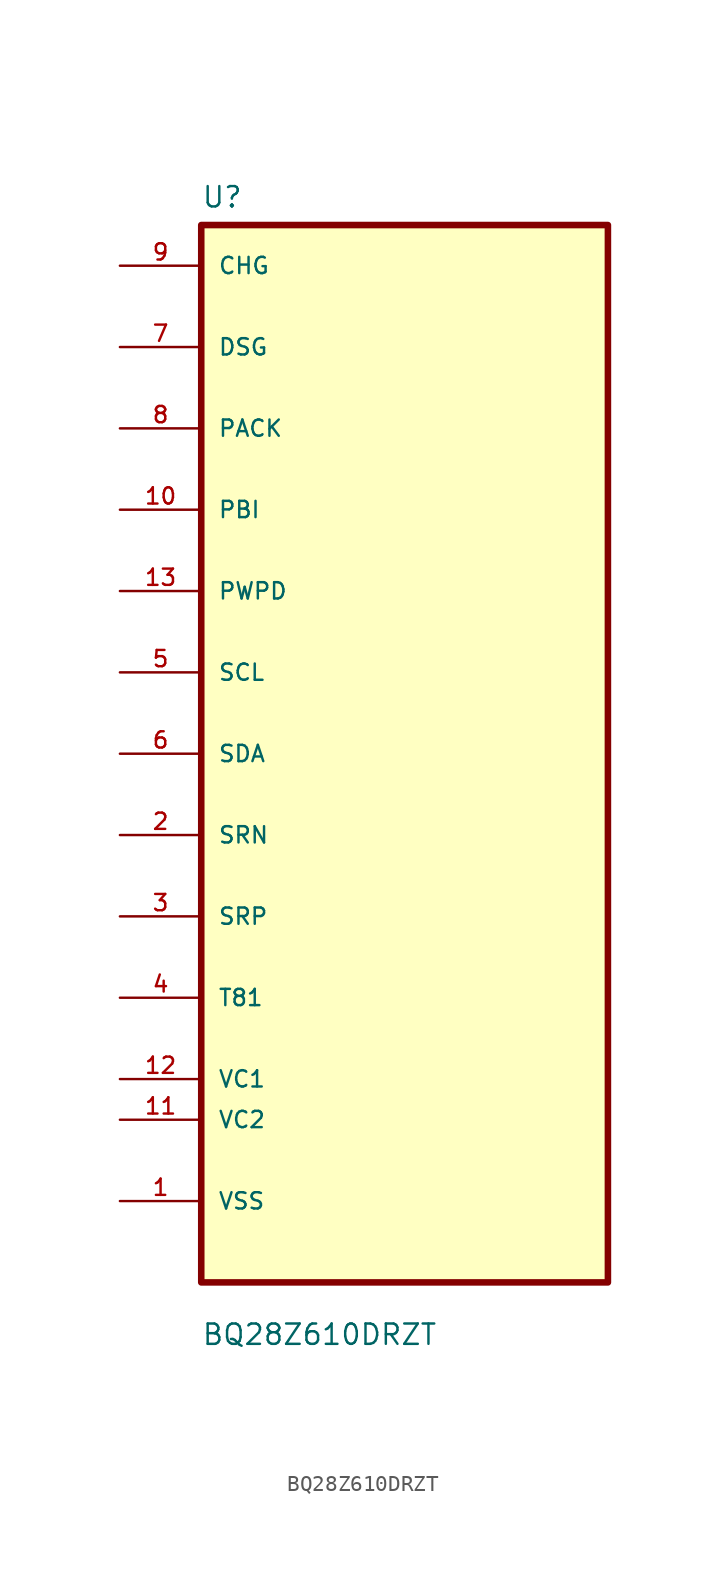
<source format=kicad_sym>
(kicad_symbol_lib
  (version 20211014)
  (generator kicad_symbol_editor)
  (symbol "BQ28Z610DRZT"
    (pin_names
      (offset 1.016))
    (property "Reference" "U"
      (at -12.7 34.02 0.0)
      (effects (font (size 1.27 1.27)) (justify bottom left)))
    (property "Value" "BQ28Z610DRZT"
      (at -12.7 -37.02 0.0)
      (effects (font (size 1.27 1.27)) (justify bottom left)))
    (symbol "BQ28Z610DRZT_0_0"
      (rectangle (start -12.7 -33.02) (end 12.7 33.02) (stroke (width 0.41)) (fill (type background)))
      (pin bidirectional line (at -17.78 30.48 0) (length 5.08) (name "CHG" (effects (font (size 1.016 1.016)))) (number "9" (effects (font (size 1.016 1.016)))))
      (pin bidirectional line (at -17.78 25.4 0) (length 5.08) (name "DSG" (effects (font (size 1.016 1.016)))) (number "7" (effects (font (size 1.016 1.016)))))
      (pin bidirectional line (at -17.78 20.32 0) (length 5.08) (name "PACK" (effects (font (size 1.016 1.016)))) (number "8" (effects (font (size 1.016 1.016)))))
      (pin bidirectional line (at -17.78 15.24 0) (length 5.08) (name "PBI" (effects (font (size 1.016 1.016)))) (number "10" (effects (font (size 1.016 1.016)))))
      (pin bidirectional line (at -17.78 10.16 0) (length 5.08) (name "PWPD" (effects (font (size 1.016 1.016)))) (number "13" (effects (font (size 1.016 1.016)))))
      (pin bidirectional line (at -17.78 5.08 0) (length 5.08) (name "SCL" (effects (font (size 1.016 1.016)))) (number "5" (effects (font (size 1.016 1.016)))))
      (pin bidirectional line (at -17.78 1.06581e-14 0) (length 5.08) (name "SDA" (effects (font (size 1.016 1.016)))) (number "6" (effects (font (size 1.016 1.016)))))
      (pin bidirectional line (at -17.78 -5.08 0) (length 5.08) (name "SRN" (effects (font (size 1.016 1.016)))) (number "2" (effects (font (size 1.016 1.016)))))
      (pin bidirectional line (at -17.78 -10.16 0) (length 5.08) (name "SRP" (effects (font (size 1.016 1.016)))) (number "3" (effects (font (size 1.016 1.016)))))
      (pin bidirectional line (at -17.78 -15.24 0) (length 5.08) (name "T81" (effects (font (size 1.016 1.016)))) (number "4" (effects (font (size 1.016 1.016)))))
      (pin bidirectional line (at -17.78 -20.32 0) (length 5.08) (name "VC1" (effects (font (size 1.016 1.016)))) (number "12" (effects (font (size 1.016 1.016)))))
      (pin bidirectional line (at -17.78 -22.86 0) (length 5.08) (name "VC2" (effects (font (size 1.016 1.016)))) (number "11" (effects (font (size 1.016 1.016)))))
      (pin bidirectional line (at -17.78 -27.94 0) (length 5.08) (name "VSS" (effects (font (size 1.016 1.016)))) (number "1" (effects (font (size 1.016 1.016))))))))
</source>
